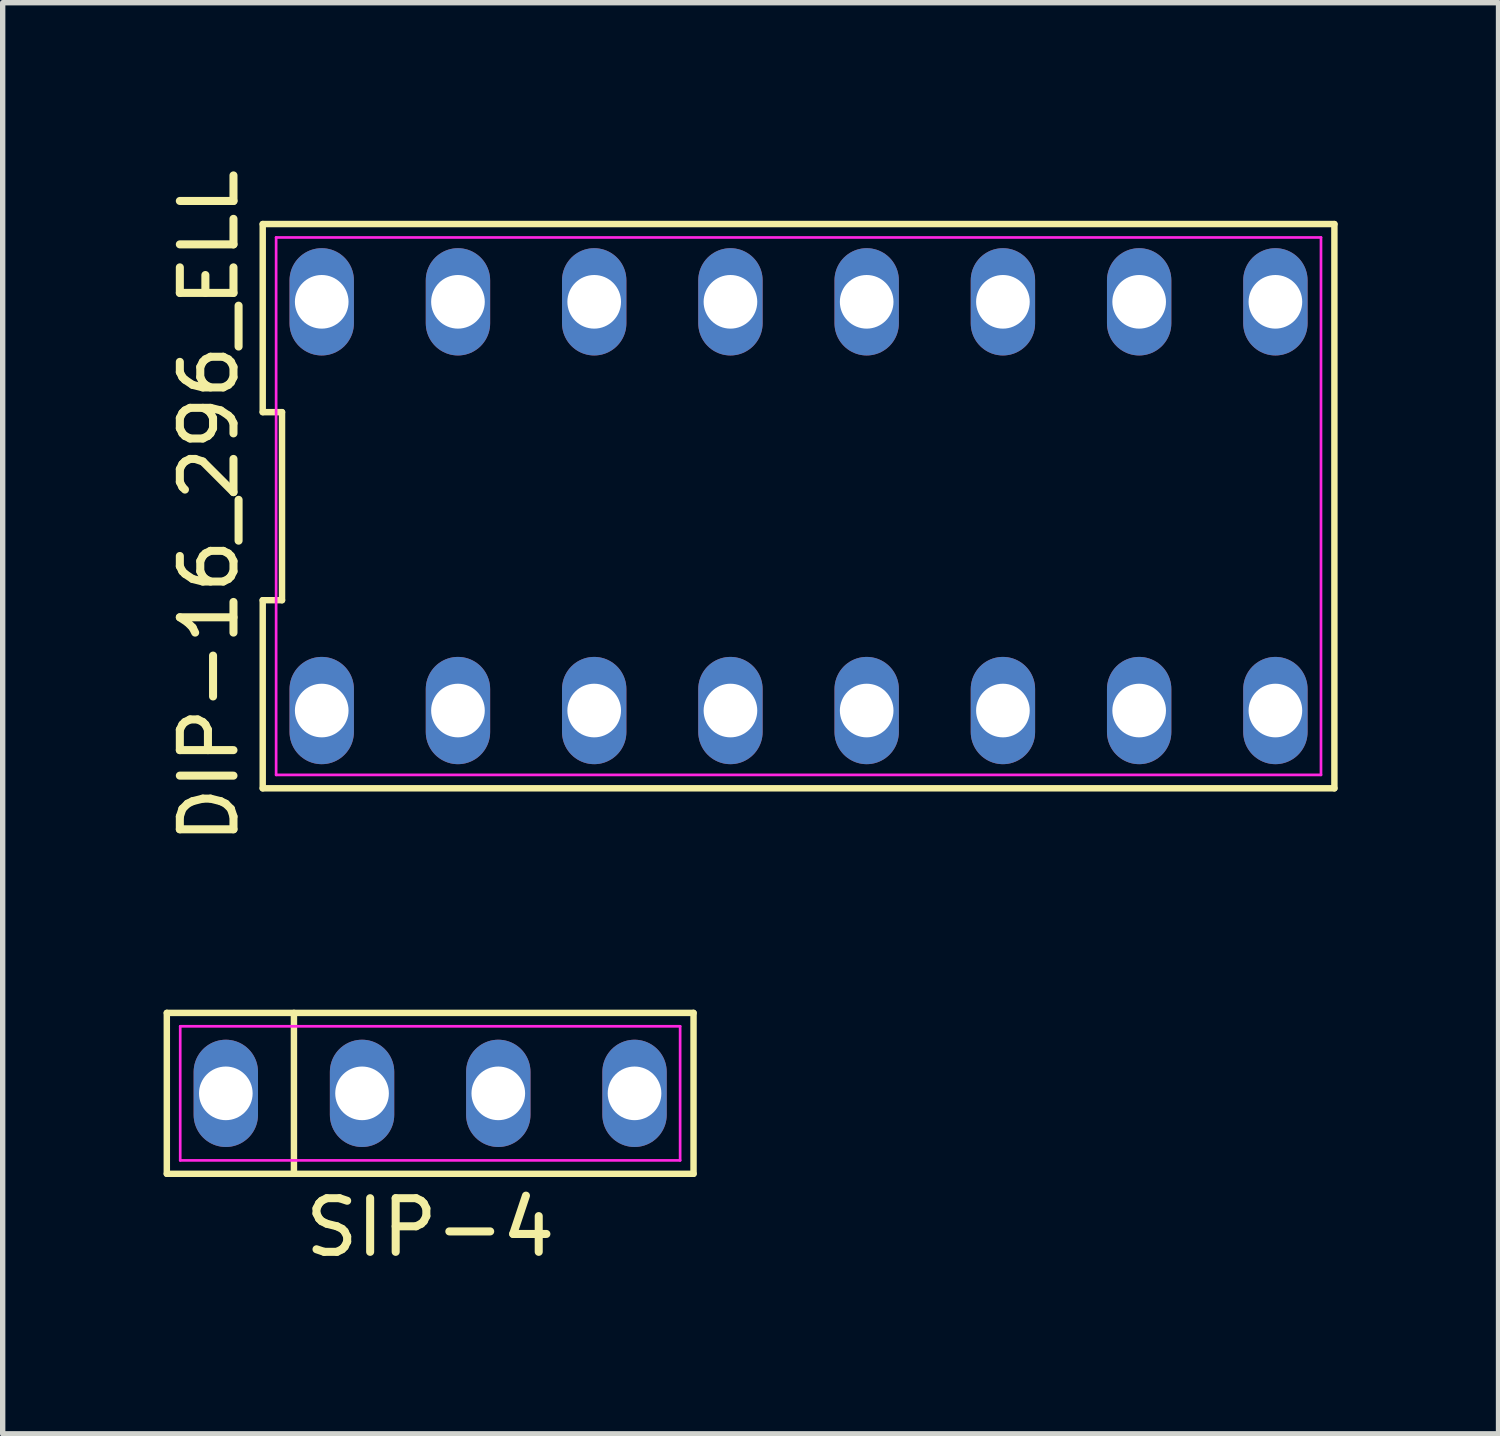
<source format=kicad_pcb>
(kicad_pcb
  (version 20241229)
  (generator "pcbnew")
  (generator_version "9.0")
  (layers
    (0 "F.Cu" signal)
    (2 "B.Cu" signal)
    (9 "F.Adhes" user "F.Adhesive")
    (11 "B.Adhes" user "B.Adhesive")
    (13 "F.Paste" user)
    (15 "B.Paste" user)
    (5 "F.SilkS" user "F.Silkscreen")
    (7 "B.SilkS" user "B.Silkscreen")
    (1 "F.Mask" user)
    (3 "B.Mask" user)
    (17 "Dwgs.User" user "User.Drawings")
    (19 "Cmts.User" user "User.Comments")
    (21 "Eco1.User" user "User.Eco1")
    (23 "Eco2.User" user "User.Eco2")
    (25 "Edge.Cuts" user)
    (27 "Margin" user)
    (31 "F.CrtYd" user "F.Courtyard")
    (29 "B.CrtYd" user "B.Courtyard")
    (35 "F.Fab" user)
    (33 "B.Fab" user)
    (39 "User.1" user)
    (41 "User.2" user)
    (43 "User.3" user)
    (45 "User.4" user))
  (footprint "DIP-16_296_ELL"
    (layer "F.Cu")
    (at 11.838 6.387)
    (property "Reference" "DIP-16_296_ELL" (at -10.99 0 90) (layer "F.SilkS") (effects (font (size 1 1) (thickness 0.15))))
    (attr through_hole)
    (fp_line (start -9.99 -5.26) (end -9.99 -1.753) (stroke (width 0.12) (type solid)) (layer "F.SilkS"))
    (fp_line (start -9.99 -1.753) (end -9.63 -1.753) (stroke (width 0.12) (type solid)) (layer "F.SilkS"))
    (fp_line (start -9.99 1.753) (end -9.99 5.26) (stroke (width 0.12) (type solid)) (layer "F.SilkS"))
    (fp_line (start -9.99 5.26) (end 9.99 5.26) (stroke (width 0.12) (type solid)) (layer "F.SilkS"))
    (fp_line (start -9.63 -1.753) (end -9.63 1.753) (stroke (width 0.12) (type solid)) (layer "F.SilkS"))
    (fp_line (start -9.63 1.753) (end -9.99 1.753) (stroke (width 0.12) (type solid)) (layer "F.SilkS"))
    (fp_line (start 9.99 -5.26) (end -9.99 -5.26) (stroke (width 0.12) (type solid)) (layer "F.SilkS"))
    (fp_line (start 9.99 5.26) (end 9.99 -5.26) (stroke (width 0.12) (type solid)) (layer "F.SilkS"))
    (fp_line (start -9.74 -5.01) (end 9.74 -5.01) (stroke (width 0.05) (type solid)) (layer "F.CrtYd"))
    (fp_line (start -9.74 5.01) (end -9.74 -5.01) (stroke (width 0.05) (type solid)) (layer "F.CrtYd"))
    (fp_line (start 9.74 -5.01) (end 9.74 5.01) (stroke (width 0.05) (type solid)) (layer "F.CrtYd"))
    (fp_line (start 9.74 5.01) (end -9.74 5.01) (stroke (width 0.05) (type solid)) (layer "F.CrtYd"))
    (pad "1" thru_hole oval (at -8.89 -3.81) (size 1.2 2) (drill 1) (layers "*.Cu" "*.Mask"))
    (pad "2" thru_hole oval (at -6.35 -3.81) (size 1.2 2) (drill 1) (layers "*.Cu" "*.Mask"))
    (pad "3" thru_hole oval (at -3.81 -3.81) (size 1.2 2) (drill 1) (layers "*.Cu" "*.Mask"))
    (pad "4" thru_hole oval (at -1.27 -3.81) (size 1.2 2) (drill 1) (layers "*.Cu" "*.Mask"))
    (pad "5" thru_hole oval (at 1.27 -3.81) (size 1.2 2) (drill 1) (layers "*.Cu" "*.Mask"))
    (pad "6" thru_hole oval (at 3.81 -3.81) (size 1.2 2) (drill 1) (layers "*.Cu" "*.Mask"))
    (pad "7" thru_hole oval (at 6.35 -3.81) (size 1.2 2) (drill 1) (layers "*.Cu" "*.Mask"))
    (pad "8" thru_hole oval (at 8.89 -3.81) (size 1.2 2) (drill 1) (layers "*.Cu" "*.Mask"))
    (pad "9" thru_hole oval (at 8.89 3.81) (size 1.2 2) (drill 1) (layers "*.Cu" "*.Mask"))
    (pad "10" thru_hole oval (at 6.35 3.81) (size 1.2 2) (drill 1) (layers "*.Cu" "*.Mask"))
    (pad "11" thru_hole oval (at 3.81 3.81) (size 1.2 2) (drill 1) (layers "*.Cu" "*.Mask"))
    (pad "12" thru_hole oval (at 1.27 3.81) (size 1.2 2) (drill 1) (layers "*.Cu" "*.Mask"))
    (pad "13" thru_hole oval (at -1.27 3.81) (size 1.2 2) (drill 1) (layers "*.Cu" "*.Mask"))
    (pad "14" thru_hole oval (at -3.81 3.81) (size 1.2 2) (drill 1) (layers "*.Cu" "*.Mask"))
    (pad "15" thru_hole oval (at -6.35 3.81) (size 1.2 2) (drill 1) (layers "*.Cu" "*.Mask"))
    (pad "16" thru_hole oval (at -8.89 3.81) (size 1.2 2) (drill 1) (layers "*.Cu" "*.Mask")))
  (footprint "SIP-4"
    (layer "F.Cu")
    (at 4.97 17.334)
    (property "Reference" "SIP-4" (at 0 2.5 0) (layer "F.SilkS") (effects (font (size 1 1) (thickness 0.15))))
    (attr through_hole)
    (fp_line (start -4.91 -1.5) (end 4.91 -1.5) (stroke (width 0.12) (type solid)) (layer "F.SilkS"))
    (fp_line (start -4.91 1.5) (end -4.91 -1.5) (stroke (width 0.12) (type solid)) (layer "F.SilkS"))
    (fp_line (start -2.54 -1.5) (end -2.54 1.5) (stroke (width 0.12) (type solid)) (layer "F.SilkS"))
    (fp_line (start 4.91 -1.5) (end 4.91 1.5) (stroke (width 0.12) (type solid)) (layer "F.SilkS"))
    (fp_line (start 4.91 1.5) (end -4.91 1.5) (stroke (width 0.12) (type solid)) (layer "F.SilkS"))
    (fp_line (start -4.66 -1.25) (end 4.66 -1.25) (stroke (width 0.05) (type solid)) (layer "F.CrtYd"))
    (fp_line (start -4.66 1.25) (end -4.66 -1.25) (stroke (width 0.05) (type solid)) (layer "F.CrtYd"))
    (fp_line (start 4.66 -1.25) (end 4.66 1.25) (stroke (width 0.05) (type solid)) (layer "F.CrtYd"))
    (fp_line (start 4.66 1.25) (end -4.66 1.25) (stroke (width 0.05) (type solid)) (layer "F.CrtYd"))
    (pad "1" thru_hole oval (at -3.81 0) (size 1.2 2) (drill 1) (layers "*.Cu" "*.Mask"))
    (pad "2" thru_hole oval (at -1.27 0) (size 1.2 2) (drill 1) (layers "*.Cu" "*.Mask"))
    (pad "3" thru_hole oval (at 1.27 0) (size 1.2 2) (drill 1) (layers "*.Cu" "*.Mask"))
    (pad "4" thru_hole oval (at 3.81 0) (size 1.2 2) (drill 1) (layers "*.Cu" "*.Mask")))
  (gr_rect
    (start -3 -3)
    (end 24.888 23.682)
    (stroke (width 0.1) (type default))
    (fill no)
    (layer "Edge.Cuts")))
</source>
